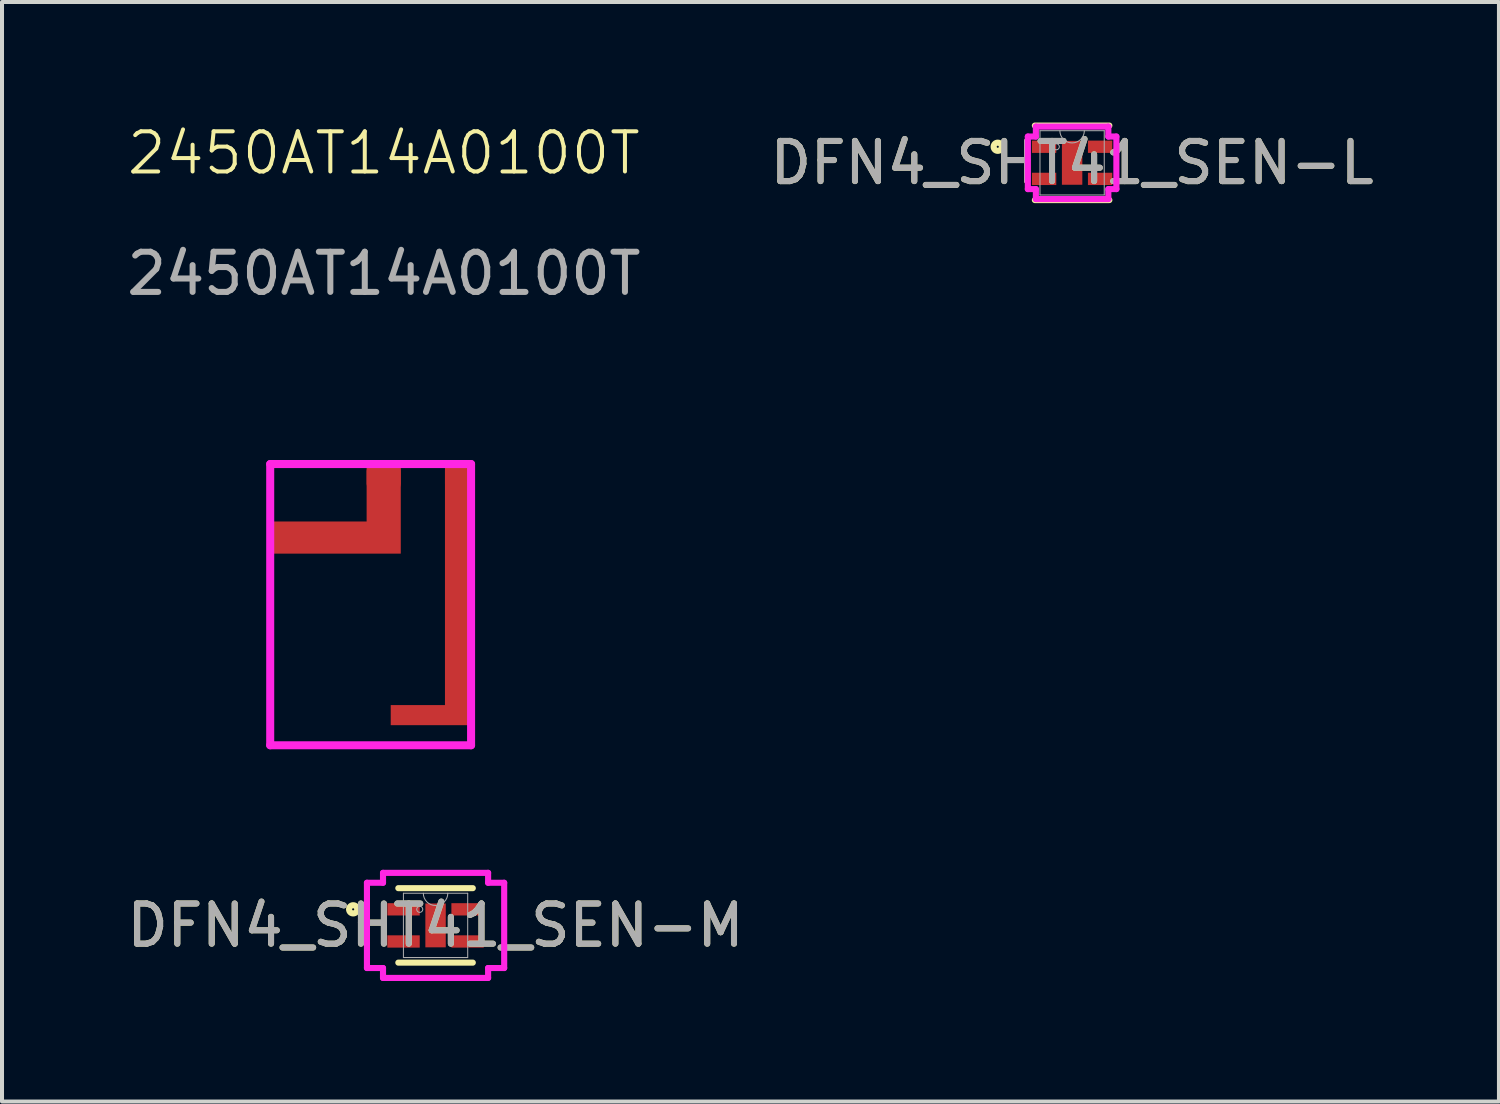
<source format=kicad_pcb>
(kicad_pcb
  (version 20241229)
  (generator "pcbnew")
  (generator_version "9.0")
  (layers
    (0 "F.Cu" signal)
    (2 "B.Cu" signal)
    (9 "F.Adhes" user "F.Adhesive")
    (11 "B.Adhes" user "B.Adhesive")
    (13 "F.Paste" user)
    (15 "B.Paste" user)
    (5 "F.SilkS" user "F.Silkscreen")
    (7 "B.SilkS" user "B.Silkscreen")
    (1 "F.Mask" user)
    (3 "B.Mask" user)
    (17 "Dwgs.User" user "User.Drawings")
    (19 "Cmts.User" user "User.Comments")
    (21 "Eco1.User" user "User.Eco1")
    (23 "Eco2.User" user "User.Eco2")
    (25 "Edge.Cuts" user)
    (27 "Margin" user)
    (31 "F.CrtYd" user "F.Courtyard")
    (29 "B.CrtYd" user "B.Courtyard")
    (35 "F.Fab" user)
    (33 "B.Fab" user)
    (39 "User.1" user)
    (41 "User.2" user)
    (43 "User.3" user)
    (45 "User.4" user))
  (footprint "DFN4_SHT41_SEN-M"
    (layer "F.Cu")
    (at 7.792 19.985)
    (property "Reference" "DFN4_SHT41_SEN-M" (at 0 0 0) (unlocked yes) (layer "F.SilkS") (effects (font (size 1 1) (thickness 0.15))))
    (attr smd)
    (fp_line (start -0.927 0.927) (end 0.927 0.927) (stroke (width 0.152) (type solid)) (layer "F.SilkS"))
    (fp_line (start 0.927 -0.927) (end -0.927 -0.927) (stroke (width 0.152) (type solid)) (layer "F.SilkS"))
    (fp_circle (center -2.051 -0.4) (end -1.949 -0.4) (stroke (width 0.152) (type solid)) (fill no) (layer "F.SilkS"))
    (fp_line (start -1.708 -1.061) (end -1.308 -1.061) (stroke (width 0.152) (type solid)) (layer "F.CrtYd"))
    (fp_line (start -1.708 1.061) (end -1.708 -1.061) (stroke (width 0.152) (type solid)) (layer "F.CrtYd"))
    (fp_line (start -1.708 1.061) (end -1.308 1.061) (stroke (width 0.152) (type solid)) (layer "F.CrtYd"))
    (fp_line (start -1.308 -1.308) (end 1.308 -1.308) (stroke (width 0.152) (type solid)) (layer "F.CrtYd"))
    (fp_line (start -1.308 -1.061) (end -1.308 -1.308) (stroke (width 0.152) (type solid)) (layer "F.CrtYd"))
    (fp_line (start -1.308 1.308) (end -1.308 1.061) (stroke (width 0.152) (type solid)) (layer "F.CrtYd"))
    (fp_line (start 1.308 -1.308) (end 1.308 -1.061) (stroke (width 0.152) (type solid)) (layer "F.CrtYd"))
    (fp_line (start 1.308 1.061) (end 1.308 1.308) (stroke (width 0.152) (type solid)) (layer "F.CrtYd"))
    (fp_line (start 1.308 1.308) (end -1.308 1.308) (stroke (width 0.152) (type solid)) (layer "F.CrtYd"))
    (fp_line (start 1.708 -1.061) (end 1.308 -1.061) (stroke (width 0.152) (type solid)) (layer "F.CrtYd"))
    (fp_line (start 1.708 -1.061) (end 1.708 1.061) (stroke (width 0.152) (type solid)) (layer "F.CrtYd"))
    (fp_line (start 1.708 1.061) (end 1.308 1.061) (stroke (width 0.152) (type solid)) (layer "F.CrtYd"))
    (fp_line (start -0.8 -0.8) (end -0.8 0.8) (stroke (width 0.025) (type solid)) (layer "F.Fab"))
    (fp_line (start -0.8 0.8) (end 0.8 0.8) (stroke (width 0.025) (type solid)) (layer "F.Fab"))
    (fp_line (start 0.8 -0.8) (end -0.8 -0.8) (stroke (width 0.025) (type solid)) (layer "F.Fab"))
    (fp_line (start 0.8 0.8) (end 0.8 -0.8) (stroke (width 0.025) (type solid)) (layer "F.Fab"))
    (fp_arc (start 0.3048 -0.8001) (mid 0 -0.4953) (end -0.3048 -0.8001) (stroke (width 0.0254) (type solid)) (layer "F.Fab"))
    (fp_circle (center -0.394 -0.4) (end -0.318 -0.4) (stroke (width 0.025) (type solid)) (fill no) (layer "F.Fab"))
    (fp_text user "${REFERENCE}" (at 0 0 0) (unlocked yes) (layer "F.Fab") (effects (font (size 1 1) (thickness 0.15))))
    (pad "1" smd rect (at -0.797 -0.4) (size 0.806 0.306) (layers "F.Cu" "F.Mask" "F.Paste"))
    (pad "2" smd rect (at -0.797 0.4) (size 0.806 0.306) (layers "F.Cu" "F.Mask" "F.Paste"))
    (pad "3" smd rect (at 0.797 0.4) (size 0.806 0.306) (layers "F.Cu" "F.Mask" "F.Paste"))
    (pad "4" smd rect (at 0.797 -0.4) (size 0.806 0.306) (layers "F.Cu" "F.Mask" "F.Paste"))
    (pad "5" smd rect (at 0 0) (size 0.508 1.092) (layers "F.Cu" "F.Mask" "F.Paste")))
  (footprint "2450AT14A0100T"
    (layer "F.Cu")
    (at 6.176 12.331)
    (property "Reference" "2450AT14A0100T" (at 0.33 -11.57 0) (unlocked yes) (layer "F.SilkS") (effects (font (size 1 1) (thickness 0.1))))
    (attr smd)
    (fp_poly (pts (xy -2.5 -2.4) (xy -0.1 -2.4) (xy -0.1 -3.83) (xy 0.75 -3.83) (xy 0.75 -1.6) (xy -2.5 -1.6)) (stroke (width 0) (type solid)) (fill yes) (layer "F.Cu"))
    (fp_poly (pts (xy 1.85 -3.83) (xy 2.5 -3.83) (xy 2.5 2.67) (xy 0.5 2.67) (xy 0.5 2.17) (xy 1.85 2.17)) (stroke (width 0) (type solid)) (fill yes) (layer "F.Cu"))
    (fp_line (start -2.5 -3.83) (end -2.5 3.17) (stroke (width 0.2) (type default)) (layer "F.CrtYd"))
    (fp_line (start -2.5 -3.83) (end 2.5 -3.83) (stroke (width 0.2) (type default)) (layer "F.CrtYd"))
    (fp_line (start -2.5 3.17) (end 2.5 3.17) (stroke (width 0.2) (type default)) (layer "F.CrtYd"))
    (fp_line (start 2.5 -3.83) (end 2.5 3.17) (stroke (width 0.2) (type default)) (layer "F.CrtYd"))
    (fp_text user "${REFERENCE}" (at 0.33 -8.57 0) (unlocked yes) (layer "F.Fab") (effects (font (size 1 1) (thickness 0.15))))
    (pad "1" smd roundrect (at 0.325 -3.498) (size 0.85 0.656) (layers "F.Cu" "F.Mask" "F.Paste") (roundrect_rratio 0.25))
    (pad "2" smd roundrect (at 2.178 -3.501) (size 0.655 0.658) (layers "F.Cu" "F.Mask" "F.Paste") (roundrect_rratio 0.25))
    (zone (net_name "") (layers "F.Cu" "B.Cu") (hatch edge 0.5) (connect_pads) (min_thickness 0.25) (filled_areas_thickness no) (keepout (tracks not_allowed) (vias not_allowed) (pads not_allowed) (copperpour allowed) (footprints allowed)) (placement (enabled no)) (fill) (polygon (pts (xy 3.676 9.931) (xy 6.076 9.931) (xy 6.076 8.501) (xy 3.676 8.501) (xy 3.676 8.521))))
    (zone (net_name "") (layers "F.Cu" "B.Cu") (hatch edge 0.5) (connect_pads) (min_thickness 0.25) (filled_areas_thickness no) (keepout (tracks not_allowed) (vias not_allowed) (pads not_allowed) (copperpour allowed) (footprints allowed)) (placement (enabled no)) (fill) (polygon (pts (xy 3.676 10.73) (xy 3.676 15.48) (xy 8.676 15.48) (xy 8.676 15.001) (xy 6.676 15.001) (xy 6.676 14.501) (xy 8.026 14.501) (xy 8.026 8.501) (xy 6.926 8.501) (xy 6.926 10.73)))))
  (footprint "DFN4_SHT41_SEN-L"
    (layer "F.Cu")
    (at 23.637 1.003)
    (property "Reference" "DFN4_SHT41_SEN-L" (at 0 0 0) (unlocked yes) (layer "F.SilkS") (effects (font (size 1 1) (thickness 0.15))))
    (attr smd)
    (fp_line (start -0.927 0.927) (end 0.927 0.927) (stroke (width 0.152) (type solid)) (layer "F.SilkS"))
    (fp_line (start 0.927 -0.927) (end -0.927 -0.927) (stroke (width 0.152) (type solid)) (layer "F.SilkS"))
    (fp_circle (center -1.851 -0.4) (end -1.749 -0.4) (stroke (width 0.152) (type solid)) (fill no) (layer "F.SilkS"))
    (fp_line (start -1.102 -0.654) (end -0.902 -0.654) (stroke (width 0.152) (type solid)) (layer "F.CrtYd"))
    (fp_line (start -1.102 0.654) (end -1.102 -0.654) (stroke (width 0.152) (type solid)) (layer "F.CrtYd"))
    (fp_line (start -1.102 0.654) (end -0.902 0.654) (stroke (width 0.152) (type solid)) (layer "F.CrtYd"))
    (fp_line (start -0.902 -0.902) (end 0.902 -0.902) (stroke (width 0.152) (type solid)) (layer "F.CrtYd"))
    (fp_line (start -0.902 -0.654) (end -0.902 -0.902) (stroke (width 0.152) (type solid)) (layer "F.CrtYd"))
    (fp_line (start -0.902 0.902) (end -0.902 0.654) (stroke (width 0.152) (type solid)) (layer "F.CrtYd"))
    (fp_line (start 0.902 -0.902) (end 0.902 -0.654) (stroke (width 0.152) (type solid)) (layer "F.CrtYd"))
    (fp_line (start 0.902 0.654) (end 0.902 0.902) (stroke (width 0.152) (type solid)) (layer "F.CrtYd"))
    (fp_line (start 0.902 0.902) (end -0.902 0.902) (stroke (width 0.152) (type solid)) (layer "F.CrtYd"))
    (fp_line (start 1.102 -0.654) (end 0.902 -0.654) (stroke (width 0.152) (type solid)) (layer "F.CrtYd"))
    (fp_line (start 1.102 -0.654) (end 1.102 0.654) (stroke (width 0.152) (type solid)) (layer "F.CrtYd"))
    (fp_line (start 1.102 0.654) (end 0.902 0.654) (stroke (width 0.152) (type solid)) (layer "F.CrtYd"))
    (fp_line (start -0.8 -0.8) (end -0.8 0.8) (stroke (width 0.025) (type solid)) (layer "F.Fab"))
    (fp_line (start -0.8 0.8) (end 0.8 0.8) (stroke (width 0.025) (type solid)) (layer "F.Fab"))
    (fp_line (start 0.8 -0.8) (end -0.8 -0.8) (stroke (width 0.025) (type solid)) (layer "F.Fab"))
    (fp_line (start 0.8 0.8) (end 0.8 -0.8) (stroke (width 0.025) (type solid)) (layer "F.Fab"))
    (fp_arc (start 0.3048 -0.8001) (mid 0 -0.4953) (end -0.3048 -0.8001) (stroke (width 0.0254) (type solid)) (layer "F.Fab"))
    (fp_circle (center -0.394 -0.4) (end -0.318 -0.4) (stroke (width 0.025) (type solid)) (fill no) (layer "F.Fab"))
    (fp_text user "${REFERENCE}" (at 0 0 0) (unlocked yes) (layer "F.Fab") (effects (font (size 1 1) (thickness 0.15))))
    (pad "1" smd rect (at -0.697 -0.4) (size 0.606 0.306) (layers "F.Cu" "F.Mask" "F.Paste"))
    (pad "2" smd rect (at -0.697 0.4) (size 0.606 0.306) (layers "F.Cu" "F.Mask" "F.Paste"))
    (pad "3" smd rect (at 0.697 0.4) (size 0.606 0.306) (layers "F.Cu" "F.Mask" "F.Paste"))
    (pad "4" smd rect (at 0.697 -0.4) (size 0.606 0.306) (layers "F.Cu" "F.Mask" "F.Paste"))
    (pad "5" smd rect (at 0 0) (size 0.508 1.092) (layers "F.Cu" "F.Mask" "F.Paste")))
  (gr_rect
    (start -3 -3)
    (end 34.262 24.369)
    (stroke (width 0.1) (type default))
    (fill no)
    (layer "Edge.Cuts")))
</source>
